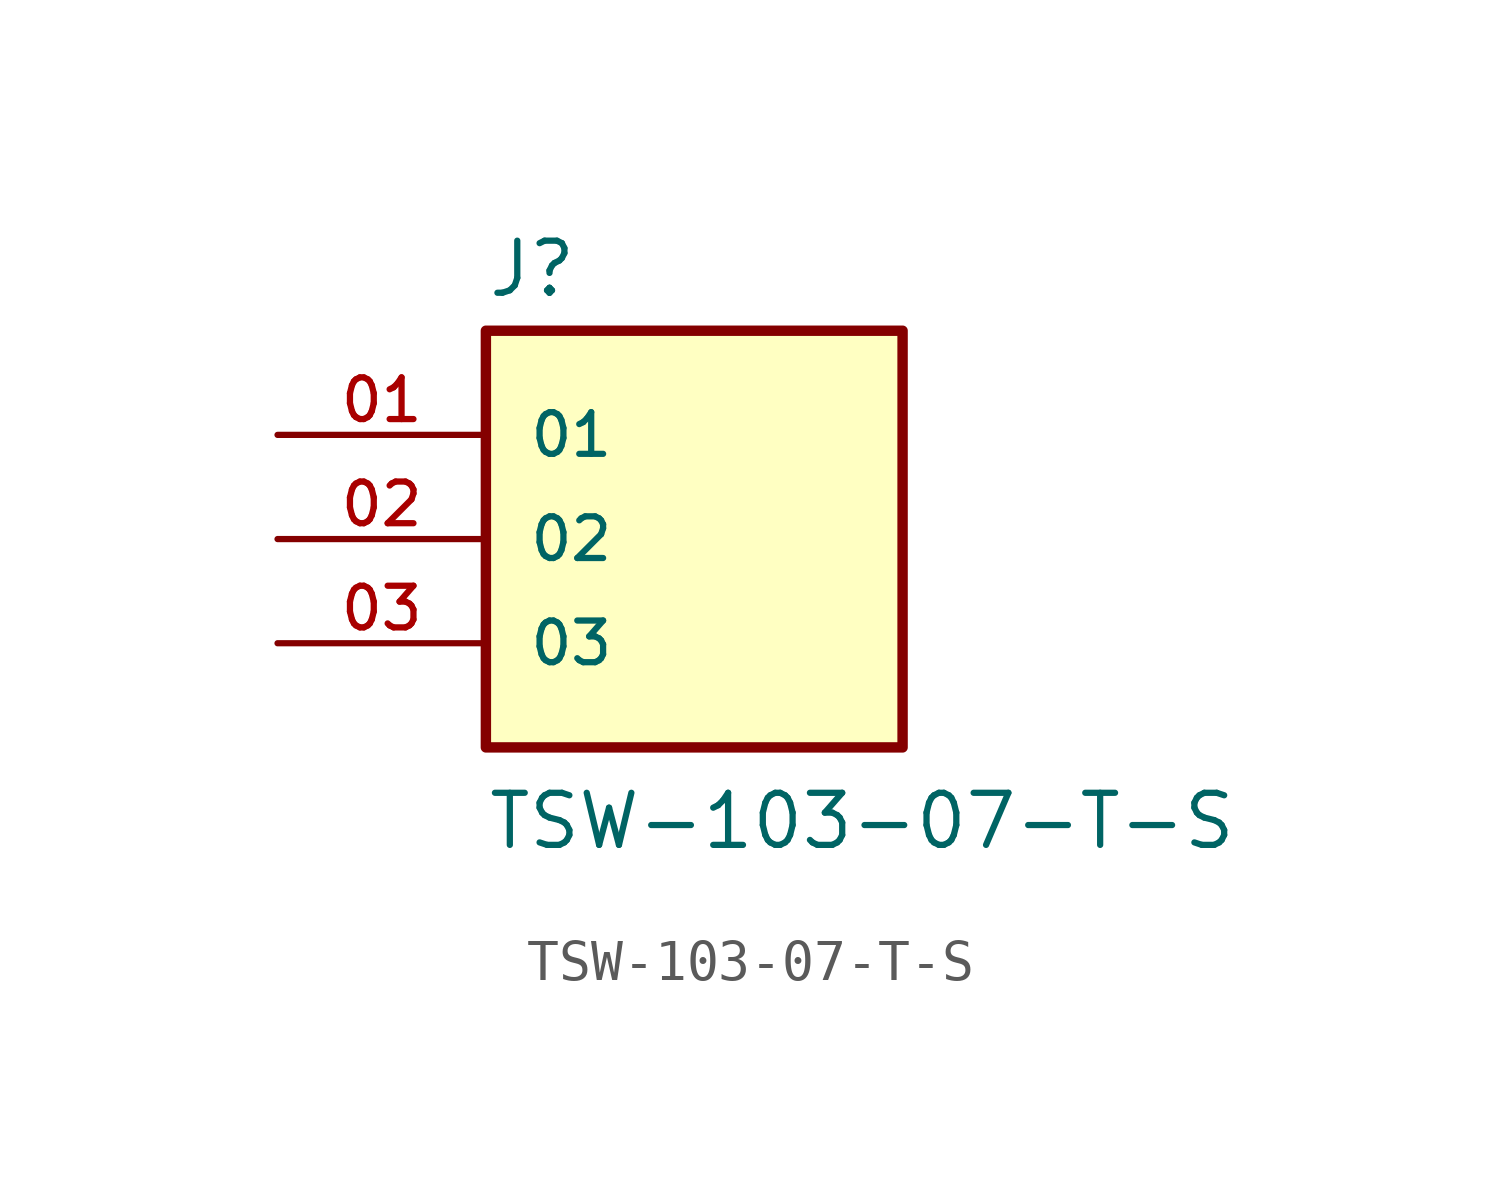
<source format=kicad_sym>
(kicad_symbol_lib
  (version 20220914)
  (generator kicad_symbol_editor)
  (symbol "TSW-103-07-T-S"
    (pin_names
      (offset 1.016))
    (property "Reference" "J"
      (at -5.08 5.842 0)
      (effects (font (size 1.27 1.27)) (justify left bottom)))
    (property "Value" "TSW-103-07-T-S"
      (at -5.08 -7.62 0)
      (effects (font (size 1.27 1.27)) (justify left bottom)))
    (symbol "TSW-103-07-T-S_0_0"
      (rectangle (start -5.08 -5.08) (end 5.08 5.08) (stroke (width 0.254) (type default)) (fill (type background)))
      (pin passive line (at -10.16 2.54 0) (length 5.08) (name "01" (effects (font (size 1.016 1.016)))) (number "01" (effects (font (size 1.016 1.016)))))
      (pin passive line (at -10.16 0 0) (length 5.08) (name "02" (effects (font (size 1.016 1.016)))) (number "02" (effects (font (size 1.016 1.016)))))
      (pin passive line (at -10.16 -2.54 0) (length 5.08) (name "03" (effects (font (size 1.016 1.016)))) (number "03" (effects (font (size 1.016 1.016))))))))
</source>
